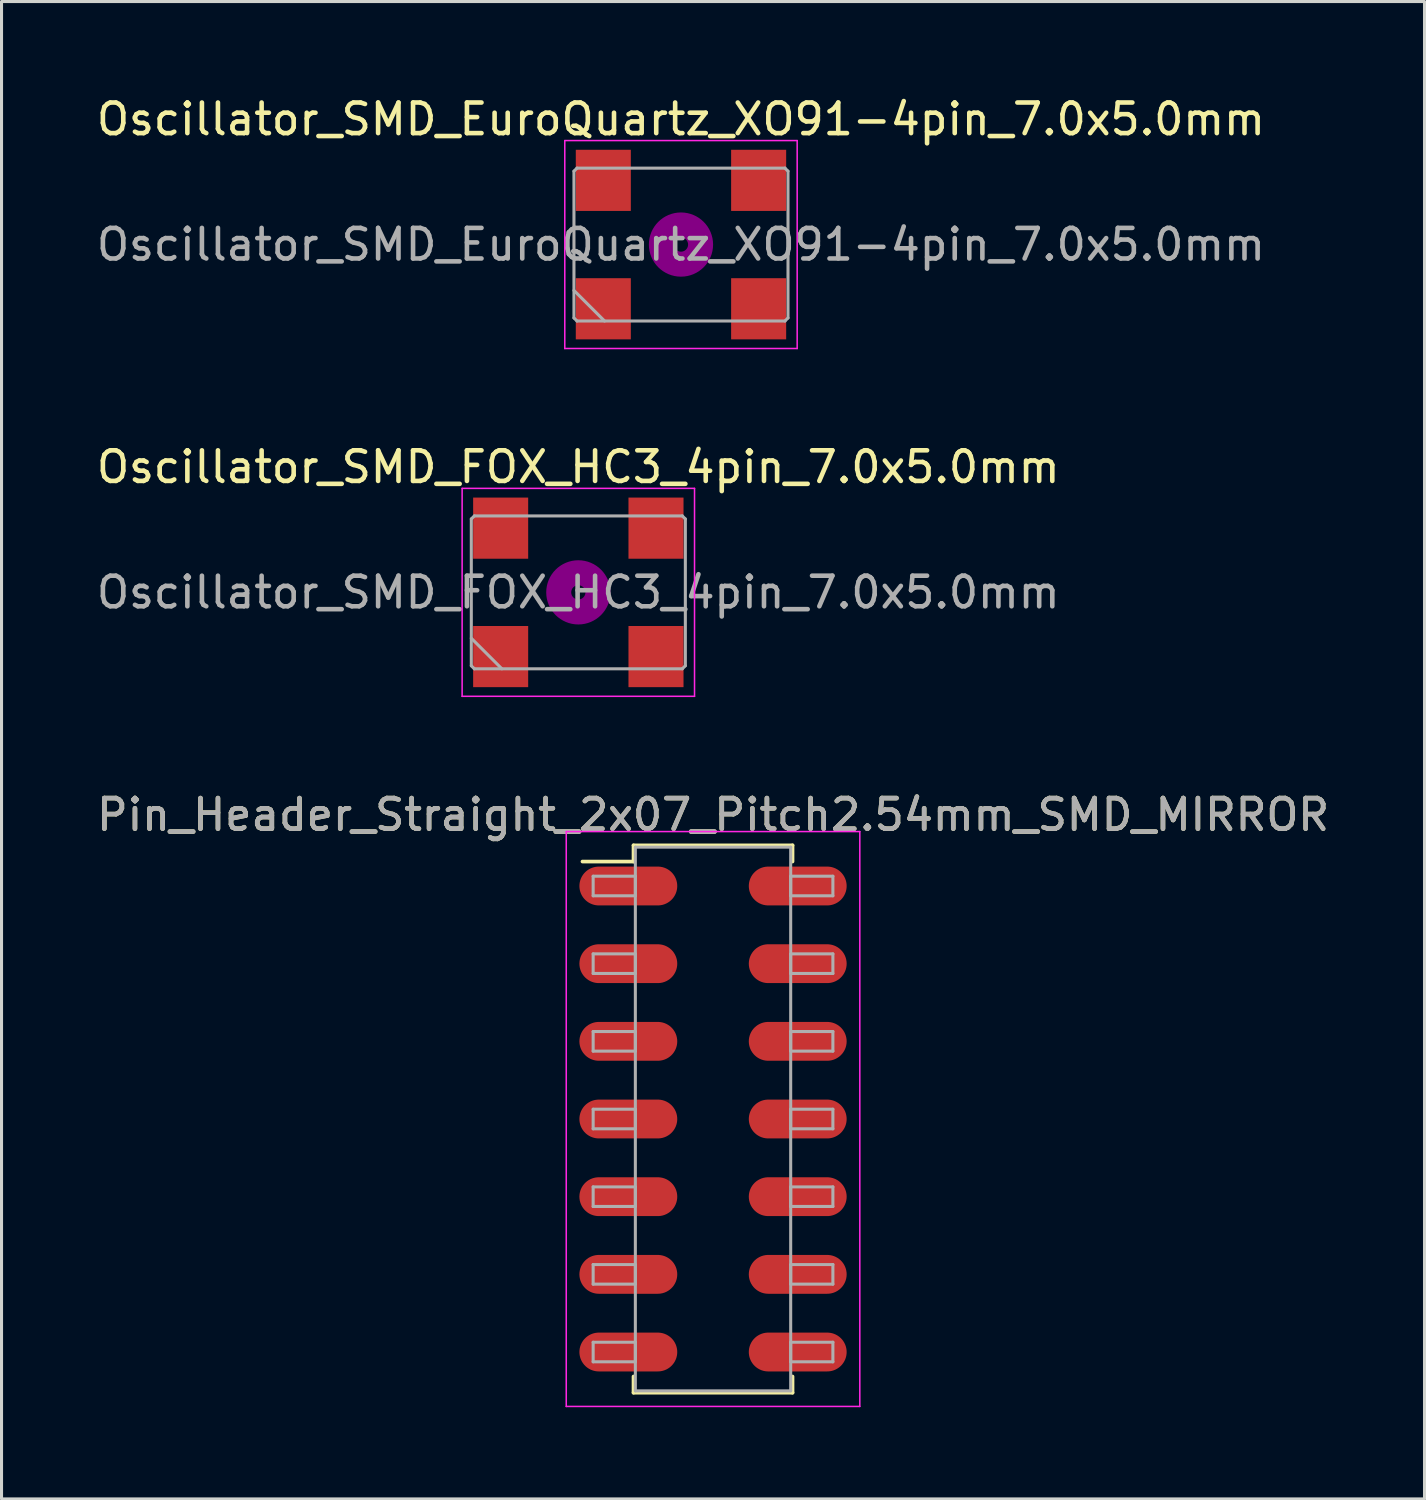
<source format=kicad_pcb>
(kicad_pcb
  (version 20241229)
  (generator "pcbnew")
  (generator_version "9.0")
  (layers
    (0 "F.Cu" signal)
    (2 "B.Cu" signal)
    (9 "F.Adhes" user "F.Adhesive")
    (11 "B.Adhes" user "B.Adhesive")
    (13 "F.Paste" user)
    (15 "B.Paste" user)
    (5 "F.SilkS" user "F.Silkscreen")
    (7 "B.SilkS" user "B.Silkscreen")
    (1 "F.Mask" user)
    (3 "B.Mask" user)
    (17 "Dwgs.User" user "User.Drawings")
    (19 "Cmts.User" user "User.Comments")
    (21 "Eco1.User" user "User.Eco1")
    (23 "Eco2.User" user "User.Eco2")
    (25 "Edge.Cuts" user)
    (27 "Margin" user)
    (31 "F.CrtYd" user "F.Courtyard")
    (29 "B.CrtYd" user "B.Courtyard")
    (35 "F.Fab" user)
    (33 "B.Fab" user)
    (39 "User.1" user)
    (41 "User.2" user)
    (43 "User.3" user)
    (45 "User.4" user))
  (footprint "Oscillator_SMD_EuroQuartz_XO91-4pin_7.0x5.0mm"
    (layer "F.Cu")
    (at 19.22 4.948)
    (property "Reference" "Oscillator_SMD_EuroQuartz_XO91-4pin_7.0x5.0mm" (at 0 -4.1 0) (layer "F.SilkS") (effects (font (size 1 1) (thickness 0.15))))
    (attr smd)
    (fp_circle (center 0 0) (end 0.233 0) (stroke (width 0.467) (type solid)) (fill no) (layer "F.Adhes"))
    (fp_circle (center 0 0) (end 0.833 0) (stroke (width 0.333) (type solid)) (fill no) (layer "F.Adhes"))
    (fp_circle (center 0 0) (end 1 0) (stroke (width 0.1) (type solid)) (fill no) (layer "F.Adhes"))
    (fp_line (start -3.8 -3.4) (end -3.8 3.4) (stroke (width 0.05) (type solid)) (layer "F.CrtYd"))
    (fp_line (start -3.8 3.4) (end 3.8 3.4) (stroke (width 0.05) (type solid)) (layer "F.CrtYd"))
    (fp_line (start 3.8 -3.4) (end -3.8 -3.4) (stroke (width 0.05) (type solid)) (layer "F.CrtYd"))
    (fp_line (start 3.8 3.4) (end 3.8 -3.4) (stroke (width 0.05) (type solid)) (layer "F.CrtYd"))
    (fp_line (start -3.5 -2.4) (end -3.4 -2.5) (stroke (width 0.1) (type solid)) (layer "F.Fab"))
    (fp_line (start -3.5 1.5) (end -2.5 2.5) (stroke (width 0.1) (type solid)) (layer "F.Fab"))
    (fp_line (start -3.5 2.4) (end -3.5 -2.4) (stroke (width 0.1) (type solid)) (layer "F.Fab"))
    (fp_line (start -3.4 -2.5) (end 3.4 -2.5) (stroke (width 0.1) (type solid)) (layer "F.Fab"))
    (fp_line (start -3.4 2.5) (end -3.5 2.4) (stroke (width 0.1) (type solid)) (layer "F.Fab"))
    (fp_line (start 3.4 -2.5) (end 3.5 -2.4) (stroke (width 0.1) (type solid)) (layer "F.Fab"))
    (fp_line (start 3.4 2.5) (end -3.4 2.5) (stroke (width 0.1) (type solid)) (layer "F.Fab"))
    (fp_line (start 3.5 -2.4) (end 3.5 2.4) (stroke (width 0.1) (type solid)) (layer "F.Fab"))
    (fp_line (start 3.5 2.4) (end 3.4 2.5) (stroke (width 0.1) (type solid)) (layer "F.Fab"))
    (fp_text user "${REFERENCE}" (at 0 0 0) (layer "F.Fab") (effects (font (size 1 1) (thickness 0.15))))
    (pad "1" smd rect (at -2.54 2.1) (size 1.8 2) (layers "F.Cu" "F.Mask" "F.Paste"))
    (pad "2" smd rect (at 2.54 2.1) (size 1.8 2) (layers "F.Cu" "F.Mask" "F.Paste"))
    (pad "3" smd rect (at 2.54 -2.1) (size 1.8 2) (layers "F.Cu" "F.Mask" "F.Paste"))
    (pad "4" smd rect (at -2.54 -2.1) (size 1.8 2) (layers "F.Cu" "F.Mask" "F.Paste")))
  (footprint "Pin_Header_Straight_2x07_Pitch2.54mm_SMD_MIRROR"
    (layer "F.Cu")
    (at 20.268 33.545)
    (property "Reference" "Pin_Header_Straight_2x07_Pitch2.54mm_SMD_MIRROR" (at 0 -9.95 0) (layer "F.SilkS") (effects (font (size 1 1) (thickness 0.15))))
    (attr smd)
    (fp_line (start -4.27 -8.42) (end -2.6 -8.42) (stroke (width 0.12) (type solid)) (layer "F.SilkS"))
    (fp_line (start -2.6 -8.95) (end 2.6 -8.95) (stroke (width 0.12) (type solid)) (layer "F.SilkS"))
    (fp_line (start -2.6 -8.42) (end -2.6 -8.95) (stroke (width 0.12) (type solid)) (layer "F.SilkS"))
    (fp_line (start -2.6 8.42) (end -2.6 8.95) (stroke (width 0.12) (type solid)) (layer "F.SilkS"))
    (fp_line (start -2.6 8.95) (end 2.6 8.95) (stroke (width 0.12) (type solid)) (layer "F.SilkS"))
    (fp_line (start 2.6 -8.95) (end 2.6 -8.42) (stroke (width 0.12) (type solid)) (layer "F.SilkS"))
    (fp_line (start 2.6 8.95) (end 2.6 8.42) (stroke (width 0.12) (type solid)) (layer "F.SilkS"))
    (fp_line (start -4.8 -9.4) (end -4.8 9.4) (stroke (width 0.05) (type solid)) (layer "F.CrtYd"))
    (fp_line (start -4.8 9.4) (end 4.8 9.4) (stroke (width 0.05) (type solid)) (layer "F.CrtYd"))
    (fp_line (start 4.8 -9.4) (end -4.8 -9.4) (stroke (width 0.05) (type solid)) (layer "F.CrtYd"))
    (fp_line (start 4.8 9.4) (end 4.8 -9.4) (stroke (width 0.05) (type solid)) (layer "F.CrtYd"))
    (fp_line (start -3.92 -7.94) (end -2.54 -7.94) (stroke (width 0.1) (type solid)) (layer "F.Fab"))
    (fp_line (start -3.92 -7.3) (end -3.92 -7.94) (stroke (width 0.1) (type solid)) (layer "F.Fab"))
    (fp_line (start -3.92 -5.4) (end -2.54 -5.4) (stroke (width 0.1) (type solid)) (layer "F.Fab"))
    (fp_line (start -3.92 -4.76) (end -3.92 -5.4) (stroke (width 0.1) (type solid)) (layer "F.Fab"))
    (fp_line (start -3.92 -2.86) (end -2.54 -2.86) (stroke (width 0.1) (type solid)) (layer "F.Fab"))
    (fp_line (start -3.92 -2.22) (end -3.92 -2.86) (stroke (width 0.1) (type solid)) (layer "F.Fab"))
    (fp_line (start -3.92 -0.32) (end -2.54 -0.32) (stroke (width 0.1) (type solid)) (layer "F.Fab"))
    (fp_line (start -3.92 0.32) (end -3.92 -0.32) (stroke (width 0.1) (type solid)) (layer "F.Fab"))
    (fp_line (start -3.92 2.22) (end -2.54 2.22) (stroke (width 0.1) (type solid)) (layer "F.Fab"))
    (fp_line (start -3.92 2.86) (end -3.92 2.22) (stroke (width 0.1) (type solid)) (layer "F.Fab"))
    (fp_line (start -3.92 4.76) (end -2.54 4.76) (stroke (width 0.1) (type solid)) (layer "F.Fab"))
    (fp_line (start -3.92 5.4) (end -3.92 4.76) (stroke (width 0.1) (type solid)) (layer "F.Fab"))
    (fp_line (start -3.92 7.3) (end -2.54 7.3) (stroke (width 0.1) (type solid)) (layer "F.Fab"))
    (fp_line (start -3.92 7.94) (end -3.92 7.3) (stroke (width 0.1) (type solid)) (layer "F.Fab"))
    (fp_line (start -2.54 -8.89) (end -2.54 8.89) (stroke (width 0.1) (type solid)) (layer "F.Fab"))
    (fp_line (start -2.54 -7.94) (end -2.54 -7.3) (stroke (width 0.1) (type solid)) (layer "F.Fab"))
    (fp_line (start -2.54 -7.3) (end -3.92 -7.3) (stroke (width 0.1) (type solid)) (layer "F.Fab"))
    (fp_line (start -2.54 -5.4) (end -2.54 -4.76) (stroke (width 0.1) (type solid)) (layer "F.Fab"))
    (fp_line (start -2.54 -4.76) (end -3.92 -4.76) (stroke (width 0.1) (type solid)) (layer "F.Fab"))
    (fp_line (start -2.54 -2.86) (end -2.54 -2.22) (stroke (width 0.1) (type solid)) (layer "F.Fab"))
    (fp_line (start -2.54 -2.22) (end -3.92 -2.22) (stroke (width 0.1) (type solid)) (layer "F.Fab"))
    (fp_line (start -2.54 -0.32) (end -2.54 0.32) (stroke (width 0.1) (type solid)) (layer "F.Fab"))
    (fp_line (start -2.54 0.32) (end -3.92 0.32) (stroke (width 0.1) (type solid)) (layer "F.Fab"))
    (fp_line (start -2.54 2.22) (end -2.54 2.86) (stroke (width 0.1) (type solid)) (layer "F.Fab"))
    (fp_line (start -2.54 2.86) (end -3.92 2.86) (stroke (width 0.1) (type solid)) (layer "F.Fab"))
    (fp_line (start -2.54 4.76) (end -2.54 5.4) (stroke (width 0.1) (type solid)) (layer "F.Fab"))
    (fp_line (start -2.54 5.4) (end -3.92 5.4) (stroke (width 0.1) (type solid)) (layer "F.Fab"))
    (fp_line (start -2.54 7.3) (end -2.54 7.94) (stroke (width 0.1) (type solid)) (layer "F.Fab"))
    (fp_line (start -2.54 7.94) (end -3.92 7.94) (stroke (width 0.1) (type solid)) (layer "F.Fab"))
    (fp_line (start -2.54 8.89) (end 2.54 8.89) (stroke (width 0.1) (type solid)) (layer "F.Fab"))
    (fp_line (start 2.54 -8.89) (end -2.54 -8.89) (stroke (width 0.1) (type solid)) (layer "F.Fab"))
    (fp_line (start 2.54 -7.94) (end 2.54 -7.3) (stroke (width 0.1) (type solid)) (layer "F.Fab"))
    (fp_line (start 2.54 -7.3) (end 3.92 -7.3) (stroke (width 0.1) (type solid)) (layer "F.Fab"))
    (fp_line (start 2.54 -5.4) (end 2.54 -4.76) (stroke (width 0.1) (type solid)) (layer "F.Fab"))
    (fp_line (start 2.54 -4.76) (end 3.92 -4.76) (stroke (width 0.1) (type solid)) (layer "F.Fab"))
    (fp_line (start 2.54 -2.86) (end 2.54 -2.22) (stroke (width 0.1) (type solid)) (layer "F.Fab"))
    (fp_line (start 2.54 -2.22) (end 3.92 -2.22) (stroke (width 0.1) (type solid)) (layer "F.Fab"))
    (fp_line (start 2.54 -0.32) (end 2.54 0.32) (stroke (width 0.1) (type solid)) (layer "F.Fab"))
    (fp_line (start 2.54 0.32) (end 3.92 0.32) (stroke (width 0.1) (type solid)) (layer "F.Fab"))
    (fp_line (start 2.54 2.22) (end 2.54 2.86) (stroke (width 0.1) (type solid)) (layer "F.Fab"))
    (fp_line (start 2.54 2.86) (end 3.92 2.86) (stroke (width 0.1) (type solid)) (layer "F.Fab"))
    (fp_line (start 2.54 4.76) (end 2.54 5.4) (stroke (width 0.1) (type solid)) (layer "F.Fab"))
    (fp_line (start 2.54 5.4) (end 3.92 5.4) (stroke (width 0.1) (type solid)) (layer "F.Fab"))
    (fp_line (start 2.54 7.3) (end 2.54 7.94) (stroke (width 0.1) (type solid)) (layer "F.Fab"))
    (fp_line (start 2.54 7.94) (end 3.92 7.94) (stroke (width 0.1) (type solid)) (layer "F.Fab"))
    (fp_line (start 2.54 8.89) (end 2.54 -8.89) (stroke (width 0.1) (type solid)) (layer "F.Fab"))
    (fp_line (start 3.92 -7.94) (end 2.54 -7.94) (stroke (width 0.1) (type solid)) (layer "F.Fab"))
    (fp_line (start 3.92 -7.3) (end 3.92 -7.94) (stroke (width 0.1) (type solid)) (layer "F.Fab"))
    (fp_line (start 3.92 -5.4) (end 2.54 -5.4) (stroke (width 0.1) (type solid)) (layer "F.Fab"))
    (fp_line (start 3.92 -4.76) (end 3.92 -5.4) (stroke (width 0.1) (type solid)) (layer "F.Fab"))
    (fp_line (start 3.92 -2.86) (end 2.54 -2.86) (stroke (width 0.1) (type solid)) (layer "F.Fab"))
    (fp_line (start 3.92 -2.22) (end 3.92 -2.86) (stroke (width 0.1) (type solid)) (layer "F.Fab"))
    (fp_line (start 3.92 -0.32) (end 2.54 -0.32) (stroke (width 0.1) (type solid)) (layer "F.Fab"))
    (fp_line (start 3.92 0.32) (end 3.92 -0.32) (stroke (width 0.1) (type solid)) (layer "F.Fab"))
    (fp_line (start 3.92 2.22) (end 2.54 2.22) (stroke (width 0.1) (type solid)) (layer "F.Fab"))
    (fp_line (start 3.92 2.86) (end 3.92 2.22) (stroke (width 0.1) (type solid)) (layer "F.Fab"))
    (fp_line (start 3.92 4.76) (end 2.54 4.76) (stroke (width 0.1) (type solid)) (layer "F.Fab"))
    (fp_line (start 3.92 5.4) (end 3.92 4.76) (stroke (width 0.1) (type solid)) (layer "F.Fab"))
    (fp_line (start 3.92 7.3) (end 2.54 7.3) (stroke (width 0.1) (type solid)) (layer "F.Fab"))
    (fp_line (start 3.92 7.94) (end 3.92 7.3) (stroke (width 0.1) (type solid)) (layer "F.Fab"))
    (fp_text user "${REFERENCE}" (at 0 -9.95 0) (layer "F.Fab") (effects (font (size 1 1) (thickness 0.15))))
    (pad "1" smd oval (at 2.77 -7.62) (size 3.2 1.27) (layers "F.Cu" "F.Mask" "F.Paste"))
    (pad "2" smd oval (at -2.77 -7.62) (size 3.2 1.27) (layers "F.Cu" "F.Mask" "F.Paste"))
    (pad "3" smd oval (at 2.77 -5.08) (size 3.2 1.27) (layers "F.Cu" "F.Mask" "F.Paste"))
    (pad "4" smd oval (at -2.77 -5.08) (size 3.2 1.27) (layers "F.Cu" "F.Mask" "F.Paste"))
    (pad "5" smd oval (at 2.77 -2.54) (size 3.2 1.27) (layers "F.Cu" "F.Mask" "F.Paste"))
    (pad "6" smd oval (at -2.77 -2.54) (size 3.2 1.27) (layers "F.Cu" "F.Mask" "F.Paste"))
    (pad "7" smd oval (at 2.77 0) (size 3.2 1.27) (layers "F.Cu" "F.Mask" "F.Paste"))
    (pad "8" smd oval (at -2.77 0) (size 3.2 1.27) (layers "F.Cu" "F.Mask" "F.Paste"))
    (pad "9" smd oval (at 2.77 2.54) (size 3.2 1.27) (layers "F.Cu" "F.Mask" "F.Paste"))
    (pad "10" smd oval (at -2.77 2.54) (size 3.2 1.27) (layers "F.Cu" "F.Mask" "F.Paste"))
    (pad "11" smd oval (at 2.77 5.08) (size 3.2 1.27) (layers "F.Cu" "F.Mask" "F.Paste"))
    (pad "12" smd oval (at -2.77 5.08) (size 3.2 1.27) (layers "F.Cu" "F.Mask" "F.Paste"))
    (pad "13" smd oval (at 2.77 7.62) (size 3.2 1.27) (layers "F.Cu" "F.Mask" "F.Paste"))
    (pad "14" smd oval (at -2.77 7.62) (size 3.2 1.27) (layers "F.Cu" "F.Mask" "F.Paste")))
  (footprint "Oscillator_SMD_FOX_HC3_4pin_7.0x5.0mm"
    (layer "F.Cu")
    (at 15.863 16.322)
    (property "Reference" "Oscillator_SMD_FOX_HC3_4pin_7.0x5.0mm" (at 0 -4.1 0) (layer "F.SilkS") (effects (font (size 1 1) (thickness 0.15))))
    (attr smd)
    (fp_circle (center 0 0) (end 0.233 0) (stroke (width 0.467) (type solid)) (fill no) (layer "F.Adhes"))
    (fp_circle (center 0 0) (end 0.533 0) (stroke (width 0.333) (type solid)) (fill no) (layer "F.Adhes"))
    (fp_circle (center 0 0) (end 0.833 0) (stroke (width 0.333) (type solid)) (fill no) (layer "F.Adhes"))
    (fp_circle (center 0 0) (end 1 0) (stroke (width 0.1) (type solid)) (fill no) (layer "F.Adhes"))
    (fp_line (start -3.8 -3.4) (end -3.8 3.4) (stroke (width 0.05) (type solid)) (layer "F.CrtYd"))
    (fp_line (start -3.8 3.4) (end 3.8 3.4) (stroke (width 0.05) (type solid)) (layer "F.CrtYd"))
    (fp_line (start 3.8 -3.4) (end -3.8 -3.4) (stroke (width 0.05) (type solid)) (layer "F.CrtYd"))
    (fp_line (start 3.8 3.4) (end 3.8 -3.4) (stroke (width 0.05) (type solid)) (layer "F.CrtYd"))
    (fp_line (start -3.5 -2.4) (end -3.4 -2.5) (stroke (width 0.1) (type solid)) (layer "F.Fab"))
    (fp_line (start -3.5 1.5) (end -2.5 2.5) (stroke (width 0.1) (type solid)) (layer "F.Fab"))
    (fp_line (start -3.5 2.4) (end -3.5 -2.4) (stroke (width 0.1) (type solid)) (layer "F.Fab"))
    (fp_line (start -3.4 -2.5) (end 3.4 -2.5) (stroke (width 0.1) (type solid)) (layer "F.Fab"))
    (fp_line (start -3.4 2.5) (end -3.5 2.4) (stroke (width 0.1) (type solid)) (layer "F.Fab"))
    (fp_line (start 3.4 -2.5) (end 3.5 -2.4) (stroke (width 0.1) (type solid)) (layer "F.Fab"))
    (fp_line (start 3.4 2.5) (end -3.4 2.5) (stroke (width 0.1) (type solid)) (layer "F.Fab"))
    (fp_line (start 3.5 -2.4) (end 3.5 2.4) (stroke (width 0.1) (type solid)) (layer "F.Fab"))
    (fp_line (start 3.5 2.4) (end 3.4 2.5) (stroke (width 0.1) (type solid)) (layer "F.Fab"))
    (fp_text user "${REFERENCE}" (at 0 0 0) (layer "F.Fab") (effects (font (size 1 1) (thickness 0.15))))
    (pad "1" smd rect (at -2.54 2.1) (size 1.8 2) (layers "F.Cu" "F.Mask" "F.Paste"))
    (pad "2" smd rect (at 2.54 2.1) (size 1.8 2) (layers "F.Cu" "F.Mask" "F.Paste"))
    (pad "3" smd rect (at 2.54 -2.1) (size 1.8 2) (layers "F.Cu" "F.Mask" "F.Paste"))
    (pad "4" smd rect (at -2.54 -2.1) (size 1.8 2) (layers "F.Cu" "F.Mask" "F.Paste")))
  (gr_rect
    (start -3 -3)
    (end 43.536 45.97)
    (stroke (width 0.1) (type default))
    (fill no)
    (layer "Edge.Cuts")))
</source>
